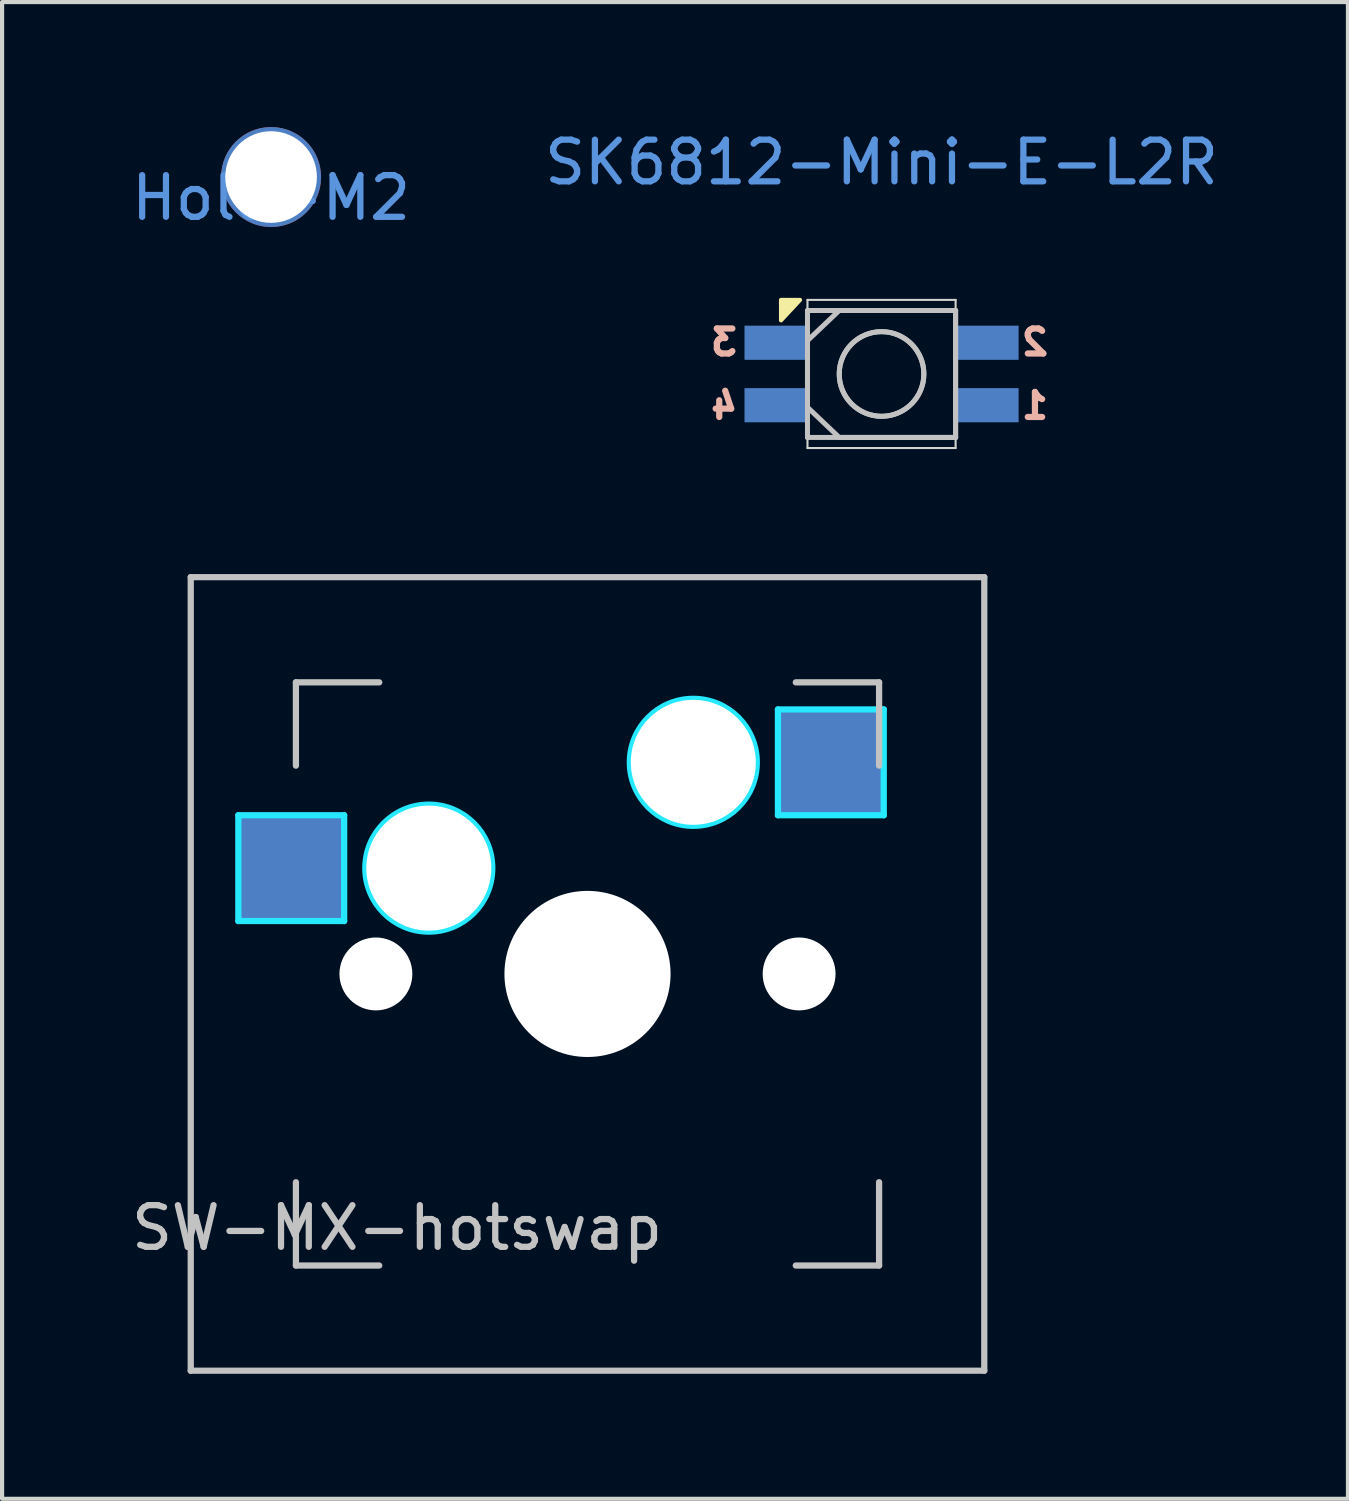
<source format=kicad_pcb>
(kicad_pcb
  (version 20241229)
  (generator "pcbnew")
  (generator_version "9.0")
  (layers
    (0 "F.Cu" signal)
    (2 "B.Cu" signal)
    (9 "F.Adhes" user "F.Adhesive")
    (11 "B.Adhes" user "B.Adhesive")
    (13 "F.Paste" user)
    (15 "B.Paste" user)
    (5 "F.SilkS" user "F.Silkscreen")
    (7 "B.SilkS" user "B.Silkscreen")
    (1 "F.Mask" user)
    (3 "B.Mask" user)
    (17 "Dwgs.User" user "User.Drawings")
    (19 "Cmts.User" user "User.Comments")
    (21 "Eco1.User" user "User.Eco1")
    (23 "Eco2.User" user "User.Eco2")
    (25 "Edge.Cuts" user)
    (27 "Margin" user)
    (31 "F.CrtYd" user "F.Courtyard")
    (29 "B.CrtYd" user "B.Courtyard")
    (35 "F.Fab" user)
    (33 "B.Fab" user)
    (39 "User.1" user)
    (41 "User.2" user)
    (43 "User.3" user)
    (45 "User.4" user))
  (footprint "Hole-M2"
    (layer "F.Cu")
    (at 3.458 1.2)
    (property "Reference" "Hole-M2" (at 0 0.5 0) (layer "Cmts.User") (effects (font (size 1 1) (thickness 0.15))))
    (attr through_hole)
    (pad "" np_thru_hole circle (at 0 0) (size 2.4 2.4) (drill 2.2) (layers "*.Cu" "*.Mask")))
  (footprint "SW-MX-hotswap"
    (layer "F.Cu")
    (at 11.054 20.331)
    (property "Reference" "SW-MX-hotswap" (at -4.572 6.096 0) (layer "Dwgs.User") (effects (font (size 1 1) (thickness 0.15))))
    (attr through_hole)
    (fp_line (start -9.525 -9.525) (end 9.525 -9.525) (stroke (width 0.15) (type solid)) (layer "Dwgs.User"))
    (fp_line (start -9.525 9.525) (end -9.525 -9.525) (stroke (width 0.15) (type solid)) (layer "Dwgs.User"))
    (fp_line (start -7 -7) (end -7 -5) (stroke (width 0.15) (type solid)) (layer "Dwgs.User"))
    (fp_line (start -7 5) (end -7 7) (stroke (width 0.15) (type solid)) (layer "Dwgs.User"))
    (fp_line (start -7 7) (end -5 7) (stroke (width 0.15) (type solid)) (layer "Dwgs.User"))
    (fp_line (start -5 -7) (end -7 -7) (stroke (width 0.15) (type solid)) (layer "Dwgs.User"))
    (fp_line (start 5 -7) (end 7 -7) (stroke (width 0.15) (type solid)) (layer "Dwgs.User"))
    (fp_line (start 5 7) (end 7 7) (stroke (width 0.15) (type solid)) (layer "Dwgs.User"))
    (fp_line (start 7 -7) (end 7 -5) (stroke (width 0.15) (type solid)) (layer "Dwgs.User"))
    (fp_line (start 7 7) (end 7 5) (stroke (width 0.15) (type solid)) (layer "Dwgs.User"))
    (fp_line (start 9.525 -9.525) (end 9.525 9.525) (stroke (width 0.15) (type solid)) (layer "Dwgs.User"))
    (fp_line (start 9.525 9.525) (end -9.525 9.525) (stroke (width 0.15) (type solid)) (layer "Dwgs.User"))
    (fp_line (start -8.382 -3.81) (end -8.382 -1.27) (stroke (width 0.15) (type solid)) (layer "B.CrtYd"))
    (fp_line (start -8.382 -1.27) (end -5.842 -1.27) (stroke (width 0.15) (type solid)) (layer "B.CrtYd"))
    (fp_line (start -5.842 -3.81) (end -8.382 -3.81) (stroke (width 0.15) (type solid)) (layer "B.CrtYd"))
    (fp_line (start -5.842 -1.27) (end -5.842 -3.81) (stroke (width 0.15) (type solid)) (layer "B.CrtYd"))
    (fp_line (start 4.572 -6.35) (end 7.112 -6.35) (stroke (width 0.15) (type solid)) (layer "B.CrtYd"))
    (fp_line (start 4.572 -3.81) (end 4.572 -6.35) (stroke (width 0.15) (type solid)) (layer "B.CrtYd"))
    (fp_line (start 7.112 -6.35) (end 7.112 -3.81) (stroke (width 0.15) (type solid)) (layer "B.CrtYd"))
    (fp_line (start 7.112 -3.81) (end 4.572 -3.81) (stroke (width 0.15) (type solid)) (layer "B.CrtYd"))
    (fp_circle (center -3.81 -2.54) (end -3.81 -4.064) (stroke (width 0.15) (type solid)) (fill no) (layer "B.CrtYd"))
    (fp_circle (center 2.54 -5.08) (end 2.54 -6.604) (stroke (width 0.15) (type solid)) (fill no) (layer "B.CrtYd"))
    (pad "" np_thru_hole circle (at -5.08 0 48.1) (size 1.75 1.75) (drill 1.75) (layers "*.Cu" "*.Mask"))
    (pad "" np_thru_hole circle (at -3.81 -2.54) (size 3 3) (drill 3) (layers "*.Cu" "*.Mask"))
    (pad "" np_thru_hole circle (at 0 0) (size 3.988 3.988) (drill 3.988) (layers "*.Cu" "*.Mask"))
    (pad "" np_thru_hole circle (at 2.54 -5.08) (size 3 3) (drill 3) (layers "*.Cu" "*.Mask"))
    (pad "" np_thru_hole circle (at 5.08 0 48.1) (size 1.75 1.75) (drill 1.75) (layers "*.Cu" "*.Mask"))
    (pad "1" smd rect (at -7.085 -2.54) (size 2.55 2.5) (layers "B.Cu" "B.Mask" "B.Paste"))
    (pad "2" smd rect (at 5.842 -5.08) (size 2.55 2.5) (layers "B.Cu" "B.Mask" "B.Paste")))
  (footprint "SK6812-Mini-E-L2R"
    (layer "F.Cu")
    (at 18.113 0.848)
    (property "Reference" "SK6812-Mini-E-L2R" (at 0 0 0) (layer "Cmts.User") (effects (font (size 1 1) (thickness 0.15))))
    (attr through_hole)
    (fp_poly (pts (xy -2.413 3.792) (xy -2.413 3.302) (xy -1.958 3.302)) (stroke (width 0.1) (type solid)) (fill yes) (layer "F.SilkS"))
    (fp_line (start -1.778 3.556) (end -1.778 5.88) (stroke (width 0.12) (type solid)) (layer "Dwgs.User"))
    (fp_line (start -1.778 3.556) (end 1.778 3.556) (stroke (width 0.12) (type solid)) (layer "Dwgs.User"))
    (fp_line (start -1.778 6.604) (end -1.778 4.28) (stroke (width 0.12) (type solid)) (layer "Dwgs.User"))
    (fp_line (start -1.778 6.604) (end 1.778 6.604) (stroke (width 0.12) (type solid)) (layer "Dwgs.User"))
    (fp_line (start -1.016 3.556) (end -1.778 4.28) (stroke (width 0.12) (type solid)) (layer "Dwgs.User"))
    (fp_line (start -1.016 6.604) (end -1.778 5.88) (stroke (width 0.12) (type solid)) (layer "Dwgs.User"))
    (fp_line (start -1 3.556) (end 1.778 3.556) (stroke (width 0.12) (type solid)) (layer "Dwgs.User"))
    (fp_line (start -1 6.604) (end 1.778 6.604) (stroke (width 0.12) (type solid)) (layer "Dwgs.User"))
    (fp_line (start 1.778 3.556) (end 1.778 6.604) (stroke (width 0.12) (type solid)) (layer "Dwgs.User"))
    (fp_line (start 1.778 6.604) (end 1.778 3.556) (stroke (width 0.12) (type solid)) (layer "Dwgs.User"))
    (fp_circle (center 0 5.08) (end -1.016 5.08) (stroke (width 0.12) (type solid)) (fill no) (layer "Dwgs.User"))
    (fp_circle (center 0 5.08) (end -1.016 5.08) (stroke (width 0.12) (type solid)) (fill no) (layer "Dwgs.User"))
    (fp_line (start -1.778 3.302) (end -1.778 6.858) (stroke (width 0.05) (type solid)) (layer "Edge.Cuts"))
    (fp_line (start 1.778 3.302) (end -1.778 3.302) (stroke (width 0.05) (type solid)) (layer "Edge.Cuts"))
    (fp_line (start 1.778 6.858) (end -1.778 6.858) (stroke (width 0.05) (type solid)) (layer "Edge.Cuts"))
    (fp_line (start 1.778 6.858) (end 1.778 3.302) (stroke (width 0.05) (type solid)) (layer "Edge.Cuts"))
    (fp_text user "3" (at -3.782 4.318 0) (layer "B.SilkS") (effects (font (size 0.6 0.6) (thickness 0.15)) (justify mirror)))
    (fp_text user "1" (at 3.683 5.842 0) (layer "B.SilkS") (effects (font (size 0.6 0.6) (thickness 0.15)) (justify mirror)))
    (fp_text user "4" (at -3.782 5.842 0) (layer "B.SilkS") (effects (font (size 0.6 0.6) (thickness 0.15)) (justify mirror)))
    (fp_text user "2" (at 3.683 4.318 0) (layer "B.SilkS") (effects (font (size 0.6 0.6) (thickness 0.15)) (justify mirror)))
    (pad "1" smd trapezoid (at 2.54 4.33 180) (size 1.5 0.82) (layers "B.Cu" "B.Mask" "B.Paste"))
    (pad "2" smd rect (at -2.54 4.33 180) (size 1.5 0.82) (layers "B.Cu" "B.Mask" "B.Paste"))
    (pad "3" smd rect (at -2.54 5.83) (size 1.5 0.82) (layers "B.Cu" "B.Mask" "B.Paste"))
    (pad "4" smd rect (at 2.54 5.83 180) (size 1.5 0.82) (layers "B.Cu" "B.Mask" "B.Paste")))
  (gr_rect
    (start -3 -3)
    (end 29.31 32.931)
    (stroke (width 0.1) (type default))
    (fill no)
    (layer "Edge.Cuts")))
</source>
